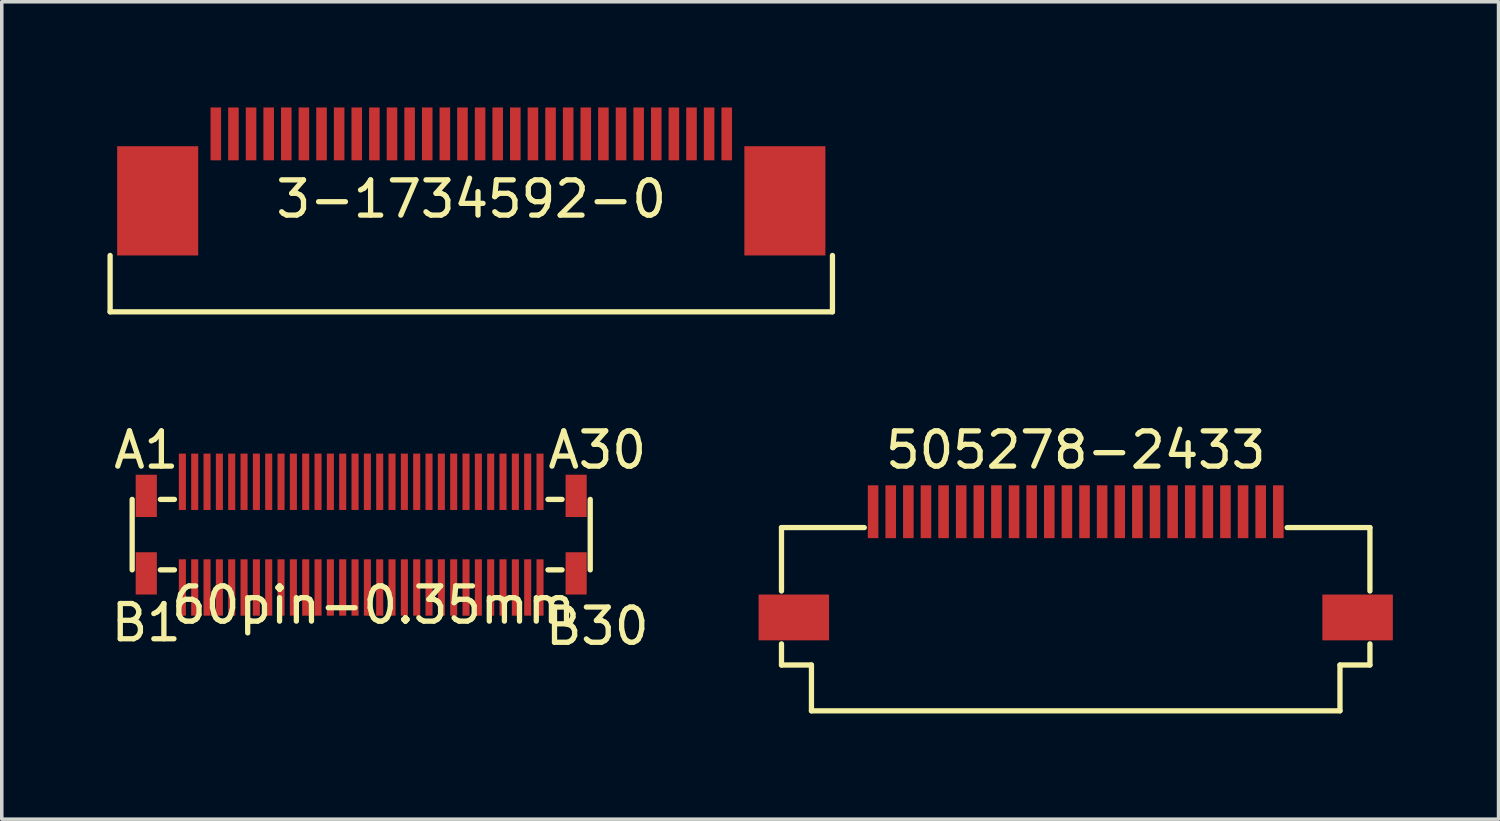
<source format=kicad_pcb>
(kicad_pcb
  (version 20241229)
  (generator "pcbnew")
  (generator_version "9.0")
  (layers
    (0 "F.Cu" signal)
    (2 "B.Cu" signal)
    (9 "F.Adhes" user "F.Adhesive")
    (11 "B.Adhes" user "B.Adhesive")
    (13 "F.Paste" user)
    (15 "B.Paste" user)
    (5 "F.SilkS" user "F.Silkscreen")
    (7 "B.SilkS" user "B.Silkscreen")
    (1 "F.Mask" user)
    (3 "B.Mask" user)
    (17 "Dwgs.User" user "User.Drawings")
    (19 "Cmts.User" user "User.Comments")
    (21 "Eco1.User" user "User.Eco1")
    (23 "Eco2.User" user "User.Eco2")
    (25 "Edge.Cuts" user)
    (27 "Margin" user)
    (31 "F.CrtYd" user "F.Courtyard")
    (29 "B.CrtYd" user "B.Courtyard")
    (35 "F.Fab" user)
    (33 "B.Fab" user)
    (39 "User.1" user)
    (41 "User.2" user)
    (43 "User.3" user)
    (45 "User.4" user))
  (footprint "3-1734592-0"
    (layer "F.Cu")
    (at 10.325 1.1)
    (property "Reference" "3-1734592-0" (at 0 1.5 0) (layer "F.SilkS") (effects (font (size 1 1) (thickness 0.15))))
    (attr through_hole)
    (fp_line (start -10.25 4.7) (end -10.25 3.1) (stroke (width 0.15) (type solid)) (layer "F.SilkS"))
    (fp_line (start -10.25 4.7) (end 10.25 4.7) (stroke (width 0.15) (type solid)) (layer "F.SilkS"))
    (fp_line (start 10.25 4.7) (end 10.25 3.1) (stroke (width 0.15) (type solid)) (layer "F.SilkS"))
    (pad "" smd rect (at -8.9 1.55) (size 2.3 3.1) (layers "F.Cu" "F.Mask" "F.Paste"))
    (pad "" smd rect (at 8.9 1.55) (size 2.3 3.1) (layers "F.Cu" "F.Mask" "F.Paste"))
    (pad "1" smd rect (at 7.25 -0.35 180) (size 0.3 1.5) (layers "F.Cu" "F.Mask" "F.Paste"))
    (pad "2" smd rect (at 6.75 -0.35 180) (size 0.3 1.5) (layers "F.Cu" "F.Mask" "F.Paste"))
    (pad "3" smd rect (at 6.25 -0.35 180) (size 0.3 1.5) (layers "F.Cu" "F.Mask" "F.Paste"))
    (pad "4" smd rect (at 5.75 -0.35 180) (size 0.3 1.5) (layers "F.Cu" "F.Mask" "F.Paste"))
    (pad "5" smd rect (at 5.25 -0.35 180) (size 0.3 1.5) (layers "F.Cu" "F.Mask" "F.Paste"))
    (pad "6" smd rect (at 4.75 -0.35 180) (size 0.3 1.5) (layers "F.Cu" "F.Mask" "F.Paste"))
    (pad "7" smd rect (at 4.25 -0.35 180) (size 0.3 1.5) (layers "F.Cu" "F.Mask" "F.Paste"))
    (pad "8" smd rect (at 3.75 -0.35 180) (size 0.3 1.5) (layers "F.Cu" "F.Mask" "F.Paste"))
    (pad "9" smd rect (at 3.25 -0.35 180) (size 0.3 1.5) (layers "F.Cu" "F.Mask" "F.Paste"))
    (pad "10" smd rect (at 2.75 -0.35 180) (size 0.3 1.5) (layers "F.Cu" "F.Mask" "F.Paste"))
    (pad "11" smd rect (at 2.25 -0.35 180) (size 0.3 1.5) (layers "F.Cu" "F.Mask" "F.Paste"))
    (pad "12" smd rect (at 1.75 -0.35 180) (size 0.3 1.5) (layers "F.Cu" "F.Mask" "F.Paste"))
    (pad "13" smd rect (at 1.25 -0.35 180) (size 0.3 1.5) (layers "F.Cu" "F.Mask" "F.Paste"))
    (pad "14" smd rect (at 0.75 -0.35 180) (size 0.3 1.5) (layers "F.Cu" "F.Mask" "F.Paste"))
    (pad "15" smd rect (at 0.25 -0.35 180) (size 0.3 1.5) (layers "F.Cu" "F.Mask" "F.Paste"))
    (pad "16" smd rect (at -0.25 -0.35 180) (size 0.3 1.5) (layers "F.Cu" "F.Mask" "F.Paste"))
    (pad "17" smd rect (at -0.75 -0.35 180) (size 0.3 1.5) (layers "F.Cu" "F.Mask" "F.Paste"))
    (pad "18" smd rect (at -1.25 -0.35 180) (size 0.3 1.5) (layers "F.Cu" "F.Mask" "F.Paste"))
    (pad "19" smd rect (at -1.75 -0.35 180) (size 0.3 1.5) (layers "F.Cu" "F.Mask" "F.Paste"))
    (pad "20" smd rect (at -2.25 -0.35 180) (size 0.3 1.5) (layers "F.Cu" "F.Mask" "F.Paste"))
    (pad "21" smd rect (at -2.75 -0.35 180) (size 0.3 1.5) (layers "F.Cu" "F.Mask" "F.Paste"))
    (pad "22" smd rect (at -3.25 -0.35 180) (size 0.3 1.5) (layers "F.Cu" "F.Mask" "F.Paste"))
    (pad "23" smd rect (at -3.75 -0.35 180) (size 0.3 1.5) (layers "F.Cu" "F.Mask" "F.Paste"))
    (pad "24" smd rect (at -4.25 -0.35 180) (size 0.3 1.5) (layers "F.Cu" "F.Mask" "F.Paste"))
    (pad "25" smd rect (at -4.75 -0.35 180) (size 0.3 1.5) (layers "F.Cu" "F.Mask" "F.Paste"))
    (pad "26" smd rect (at -5.25 -0.35 180) (size 0.3 1.5) (layers "F.Cu" "F.Mask" "F.Paste"))
    (pad "27" smd rect (at -5.75 -0.35 180) (size 0.3 1.5) (layers "F.Cu" "F.Mask" "F.Paste"))
    (pad "28" smd rect (at -6.25 -0.35 180) (size 0.3 1.5) (layers "F.Cu" "F.Mask" "F.Paste"))
    (pad "29" smd rect (at -6.75 -0.35 180) (size 0.3 1.5) (layers "F.Cu" "F.Mask" "F.Paste"))
    (pad "30" smd rect (at -7.25 -0.35 180) (size 0.3 1.5) (layers "F.Cu" "F.Mask" "F.Paste")))
  (footprint "60pin-0.35mm"
    (layer "F.Cu")
    (at 7.201 12.123)
    (property "Reference" "60pin-0.35mm" (at 0.35 2 0) (layer "F.SilkS") (effects (font (size 1 1) (thickness 0.15))))
    (attr through_hole)
    (fp_line (start -6.5 -1) (end -6.5 1) (stroke (width 0.15) (type solid)) (layer "F.SilkS"))
    (fp_line (start -5.7 1) (end -5.3 1) (stroke (width 0.15) (type solid)) (layer "F.SilkS"))
    (fp_line (start -5.3 -1) (end -5.7 -1) (stroke (width 0.15) (type solid)) (layer "F.SilkS"))
    (fp_line (start 5.3 -1) (end 5.7 -1) (stroke (width 0.15) (type solid)) (layer "F.SilkS"))
    (fp_line (start 5.3 1) (end 5.7 1) (stroke (width 0.15) (type solid)) (layer "F.SilkS"))
    (fp_line (start 6.5 -1) (end 6.5 1) (stroke (width 0.15) (type solid)) (layer "F.SilkS"))
    (fp_text user "B30" (at 6.7 2.6 0) (layer "F.SilkS") (effects (font (size 1 1) (thickness 0.15))))
    (fp_text user "A30" (at 6.7 -2.4 0) (layer "F.SilkS") (effects (font (size 1 1) (thickness 0.15))))
    (fp_text user "A1" (at -6.1 -2.4 0) (layer "F.SilkS") (effects (font (size 1 1) (thickness 0.15))))
    (fp_text user "B1" (at -6.1 2.5 0) (layer "F.SilkS") (effects (font (size 1 1) (thickness 0.15))))
    (pad "A1" smd rect (at -5.075 -1.5) (size 0.2 1.6) (layers "F.Cu" "F.Mask" "F.Paste"))
    (pad "A2" smd rect (at -4.725 -1.5) (size 0.2 1.6) (layers "F.Cu" "F.Mask" "F.Paste"))
    (pad "A3" smd rect (at -4.375 -1.5) (size 0.2 1.6) (layers "F.Cu" "F.Mask" "F.Paste"))
    (pad "A4" smd rect (at -4.025 -1.5) (size 0.2 1.6) (layers "F.Cu" "F.Mask" "F.Paste"))
    (pad "A5" smd rect (at -3.675 -1.5) (size 0.2 1.6) (layers "F.Cu" "F.Mask" "F.Paste"))
    (pad "A6" smd rect (at -3.325 -1.5) (size 0.2 1.6) (layers "F.Cu" "F.Mask" "F.Paste"))
    (pad "A7" smd rect (at -2.975 -1.5) (size 0.2 1.6) (layers "F.Cu" "F.Mask" "F.Paste"))
    (pad "A8" smd rect (at -2.625 -1.5) (size 0.2 1.6) (layers "F.Cu" "F.Mask" "F.Paste"))
    (pad "A9" smd rect (at -2.275 -1.5) (size 0.2 1.6) (layers "F.Cu" "F.Mask" "F.Paste"))
    (pad "A10" smd rect (at -1.925 -1.5) (size 0.2 1.6) (layers "F.Cu" "F.Mask" "F.Paste"))
    (pad "A11" smd rect (at -1.575 -1.5) (size 0.2 1.6) (layers "F.Cu" "F.Mask" "F.Paste"))
    (pad "A12" smd rect (at -1.225 -1.5) (size 0.2 1.6) (layers "F.Cu" "F.Mask" "F.Paste"))
    (pad "A13" smd rect (at -0.875 -1.5) (size 0.2 1.6) (layers "F.Cu" "F.Mask" "F.Paste"))
    (pad "A14" smd rect (at -0.525 -1.5) (size 0.2 1.6) (layers "F.Cu" "F.Mask" "F.Paste"))
    (pad "A15" smd rect (at -0.175 -1.5) (size 0.2 1.6) (layers "F.Cu" "F.Mask" "F.Paste"))
    (pad "A16" smd rect (at 0.175 -1.5) (size 0.2 1.6) (layers "F.Cu" "F.Mask" "F.Paste"))
    (pad "A17" smd rect (at 0.525 -1.5) (size 0.2 1.6) (layers "F.Cu" "F.Mask" "F.Paste"))
    (pad "A18" smd rect (at 0.875 -1.5) (size 0.2 1.6) (layers "F.Cu" "F.Mask" "F.Paste"))
    (pad "A19" smd rect (at 1.225 -1.5) (size 0.2 1.6) (layers "F.Cu" "F.Mask" "F.Paste"))
    (pad "A20" smd rect (at 1.575 -1.5) (size 0.2 1.6) (layers "F.Cu" "F.Mask" "F.Paste"))
    (pad "A21" smd rect (at 1.925 -1.5) (size 0.2 1.6) (layers "F.Cu" "F.Mask" "F.Paste"))
    (pad "A22" smd rect (at 2.275 -1.5) (size 0.2 1.6) (layers "F.Cu" "F.Mask" "F.Paste"))
    (pad "A23" smd rect (at 2.625 -1.5) (size 0.2 1.6) (layers "F.Cu" "F.Mask" "F.Paste"))
    (pad "A24" smd rect (at 2.975 -1.5) (size 0.2 1.6) (layers "F.Cu" "F.Mask" "F.Paste"))
    (pad "A25" smd rect (at 3.325 -1.5) (size 0.2 1.6) (layers "F.Cu" "F.Mask" "F.Paste"))
    (pad "A26" smd rect (at 3.675 -1.5) (size 0.2 1.6) (layers "F.Cu" "F.Mask" "F.Paste"))
    (pad "A27" smd rect (at 4.025 -1.5) (size 0.2 1.6) (layers "F.Cu" "F.Mask" "F.Paste"))
    (pad "A28" smd rect (at 4.375 -1.5) (size 0.2 1.6) (layers "F.Cu" "F.Mask" "F.Paste"))
    (pad "A29" smd rect (at 4.725 -1.5) (size 0.2 1.6) (layers "F.Cu" "F.Mask" "F.Paste"))
    (pad "A30" smd rect (at 5.075 -1.5) (size 0.2 1.6) (layers "F.Cu" "F.Mask" "F.Paste"))
    (pad "B1" smd rect (at -5.075 1.5) (size 0.2 1.6) (layers "F.Cu" "F.Mask" "F.Paste"))
    (pad "B2" smd rect (at -4.725 1.5) (size 0.2 1.6) (layers "F.Cu" "F.Mask" "F.Paste"))
    (pad "B3" smd rect (at -4.375 1.5) (size 0.2 1.6) (layers "F.Cu" "F.Mask" "F.Paste"))
    (pad "B4" smd rect (at -4.025 1.5) (size 0.2 1.6) (layers "F.Cu" "F.Mask" "F.Paste"))
    (pad "B5" smd rect (at -3.675 1.5) (size 0.2 1.6) (layers "F.Cu" "F.Mask" "F.Paste"))
    (pad "B6" smd rect (at -3.325 1.5) (size 0.2 1.6) (layers "F.Cu" "F.Mask" "F.Paste"))
    (pad "B7" smd rect (at -2.975 1.5) (size 0.2 1.6) (layers "F.Cu" "F.Mask" "F.Paste"))
    (pad "B8" smd rect (at -2.625 1.5) (size 0.2 1.6) (layers "F.Cu" "F.Mask" "F.Paste"))
    (pad "B9" smd rect (at -2.275 1.5) (size 0.2 1.6) (layers "F.Cu" "F.Mask" "F.Paste"))
    (pad "B10" smd rect (at -1.925 1.5) (size 0.2 1.6) (layers "F.Cu" "F.Mask" "F.Paste"))
    (pad "B11" smd rect (at -1.575 1.5) (size 0.2 1.6) (layers "F.Cu" "F.Mask" "F.Paste"))
    (pad "B12" smd rect (at -1.225 1.5) (size 0.2 1.6) (layers "F.Cu" "F.Mask" "F.Paste"))
    (pad "B13" smd rect (at -0.875 1.5) (size 0.2 1.6) (layers "F.Cu" "F.Mask" "F.Paste"))
    (pad "B14" smd rect (at -0.525 1.5) (size 0.2 1.6) (layers "F.Cu" "F.Mask" "F.Paste"))
    (pad "B15" smd rect (at -0.175 1.5) (size 0.2 1.6) (layers "F.Cu" "F.Mask" "F.Paste"))
    (pad "B16" smd rect (at 0.175 1.5) (size 0.2 1.6) (layers "F.Cu" "F.Mask" "F.Paste"))
    (pad "B17" smd rect (at 0.525 1.5) (size 0.2 1.6) (layers "F.Cu" "F.Mask" "F.Paste"))
    (pad "B18" smd rect (at 0.875 1.5) (size 0.2 1.6) (layers "F.Cu" "F.Mask" "F.Paste"))
    (pad "B19" smd rect (at 1.225 1.5) (size 0.2 1.6) (layers "F.Cu" "F.Mask" "F.Paste"))
    (pad "B20" smd rect (at 1.575 1.5) (size 0.2 1.6) (layers "F.Cu" "F.Mask" "F.Paste"))
    (pad "B21" smd rect (at 1.925 1.5) (size 0.2 1.6) (layers "F.Cu" "F.Mask" "F.Paste"))
    (pad "B22" smd rect (at 2.275 1.5) (size 0.2 1.6) (layers "F.Cu" "F.Mask" "F.Paste"))
    (pad "B23" smd rect (at 2.625 1.5) (size 0.2 1.6) (layers "F.Cu" "F.Mask" "F.Paste"))
    (pad "B24" smd rect (at 2.975 1.5) (size 0.2 1.6) (layers "F.Cu" "F.Mask" "F.Paste"))
    (pad "B25" smd rect (at 3.325 1.5) (size 0.2 1.6) (layers "F.Cu" "F.Mask" "F.Paste"))
    (pad "B26" smd rect (at 3.675 1.5) (size 0.2 1.6) (layers "F.Cu" "F.Mask" "F.Paste"))
    (pad "B27" smd rect (at 4.025 1.5) (size 0.2 1.6) (layers "F.Cu" "F.Mask" "F.Paste"))
    (pad "B28" smd rect (at 4.375 1.5) (size 0.2 1.6) (layers "F.Cu" "F.Mask" "F.Paste"))
    (pad "B29" smd rect (at 4.725 1.5) (size 0.2 1.6) (layers "F.Cu" "F.Mask" "F.Paste"))
    (pad "B30" smd rect (at 5.075 1.5) (size 0.2 1.6) (layers "F.Cu" "F.Mask" "F.Paste"))
    (pad "G1" smd rect (at -6.1 -1.1) (size 0.6 1.2) (layers "F.Cu" "F.Mask" "F.Paste"))
    (pad "G2" smd rect (at -6.1 1.1) (size 0.6 1.2) (layers "F.Cu" "F.Mask" "F.Paste"))
    (pad "G3" smd rect (at 6.1 -1.1) (size 0.6 1.2) (layers "F.Cu" "F.Mask" "F.Paste"))
    (pad "G4" smd rect (at 6.1 1.1) (size 0.6 1.2) (layers "F.Cu" "F.Mask" "F.Paste")))
  (footprint "505278-2433"
    (layer "F.Cu")
    (at 27.479 13.723)
    (property "Reference" "505278-2433" (at 0 -4 0) (layer "F.SilkS") (effects (font (size 1 1) (thickness 0.15))))
    (attr through_hole)
    (fp_line (start -8.35 -1.8) (end -8.35 0) (stroke (width 0.15) (type solid)) (layer "F.SilkS"))
    (fp_line (start -8.35 1.5) (end -8.35 2.1) (stroke (width 0.15) (type solid)) (layer "F.SilkS"))
    (fp_line (start -8.35 2.1) (end -7.5 2.1) (stroke (width 0.15) (type solid)) (layer "F.SilkS"))
    (fp_line (start -7.5 2.1) (end -7.5 3.4) (stroke (width 0.15) (type solid)) (layer "F.SilkS"))
    (fp_line (start -7.5 3.4) (end 7.5 3.4) (stroke (width 0.15) (type solid)) (layer "F.SilkS"))
    (fp_line (start -6 -1.8) (end -8.35 -1.8) (stroke (width 0.15) (type solid)) (layer "F.SilkS"))
    (fp_line (start 7.5 2.1) (end 8.35 2.1) (stroke (width 0.15) (type solid)) (layer "F.SilkS"))
    (fp_line (start 7.5 3.4) (end 7.5 2.1) (stroke (width 0.15) (type solid)) (layer "F.SilkS"))
    (fp_line (start 8.35 -1.8) (end 6 -1.8) (stroke (width 0.15) (type solid)) (layer "F.SilkS"))
    (fp_line (start 8.35 0) (end 8.35 -1.8) (stroke (width 0.15) (type solid)) (layer "F.SilkS"))
    (fp_line (start 8.35 2.1) (end 8.35 1.5) (stroke (width 0.15) (type solid)) (layer "F.SilkS"))
    (pad "" smd rect (at -8 0.75) (size 2 1.3) (layers "F.Cu" "F.Mask" "F.Paste"))
    (pad "" smd rect (at 8 0.75) (size 2 1.3) (layers "F.Cu" "F.Mask" "F.Paste"))
    (pad "1" smd rect (at -5.75 -2.25) (size 0.3 1.5) (layers "F.Cu" "F.Mask" "F.Paste"))
    (pad "2" smd rect (at -5.25 -2.25) (size 0.3 1.5) (layers "F.Cu" "F.Mask" "F.Paste"))
    (pad "3" smd rect (at -4.75 -2.25) (size 0.3 1.5) (layers "F.Cu" "F.Mask" "F.Paste"))
    (pad "4" smd rect (at -4.25 -2.25) (size 0.3 1.5) (layers "F.Cu" "F.Mask" "F.Paste"))
    (pad "5" smd rect (at -3.75 -2.25) (size 0.3 1.5) (layers "F.Cu" "F.Mask" "F.Paste"))
    (pad "6" smd rect (at -3.25 -2.25) (size 0.3 1.5) (layers "F.Cu" "F.Mask" "F.Paste"))
    (pad "7" smd rect (at -2.75 -2.25) (size 0.3 1.5) (layers "F.Cu" "F.Mask" "F.Paste"))
    (pad "8" smd rect (at -2.25 -2.25) (size 0.3 1.5) (layers "F.Cu" "F.Mask" "F.Paste"))
    (pad "9" smd rect (at -1.75 -2.25) (size 0.3 1.5) (layers "F.Cu" "F.Mask" "F.Paste"))
    (pad "10" smd rect (at -1.25 -2.25) (size 0.3 1.5) (layers "F.Cu" "F.Mask" "F.Paste"))
    (pad "11" smd rect (at -0.75 -2.25) (size 0.3 1.5) (layers "F.Cu" "F.Mask" "F.Paste"))
    (pad "12" smd rect (at -0.25 -2.25) (size 0.3 1.5) (layers "F.Cu" "F.Mask" "F.Paste"))
    (pad "13" smd rect (at 0.25 -2.25) (size 0.3 1.5) (layers "F.Cu" "F.Mask" "F.Paste"))
    (pad "14" smd rect (at 0.75 -2.25) (size 0.3 1.5) (layers "F.Cu" "F.Mask" "F.Paste"))
    (pad "15" smd rect (at 1.25 -2.25) (size 0.3 1.5) (layers "F.Cu" "F.Mask" "F.Paste"))
    (pad "16" smd rect (at 1.75 -2.25) (size 0.3 1.5) (layers "F.Cu" "F.Mask" "F.Paste"))
    (pad "17" smd rect (at 2.25 -2.25) (size 0.3 1.5) (layers "F.Cu" "F.Mask" "F.Paste"))
    (pad "18" smd rect (at 2.75 -2.25) (size 0.3 1.5) (layers "F.Cu" "F.Mask" "F.Paste"))
    (pad "19" smd rect (at 3.25 -2.25) (size 0.3 1.5) (layers "F.Cu" "F.Mask" "F.Paste"))
    (pad "20" smd rect (at 3.75 -2.25) (size 0.3 1.5) (layers "F.Cu" "F.Mask" "F.Paste"))
    (pad "21" smd rect (at 4.25 -2.25) (size 0.3 1.5) (layers "F.Cu" "F.Mask" "F.Paste"))
    (pad "22" smd rect (at 4.75 -2.25) (size 0.3 1.5) (layers "F.Cu" "F.Mask" "F.Paste"))
    (pad "23" smd rect (at 5.25 -2.25) (size 0.3 1.5) (layers "F.Cu" "F.Mask" "F.Paste"))
    (pad "24" smd rect (at 5.75 -2.25) (size 0.3 1.5) (layers "F.Cu" "F.Mask" "F.Paste")))
  (gr_rect
    (start -3 -3)
    (end 39.479 20.198)
    (stroke (width 0.1) (type default))
    (fill no)
    (layer "Edge.Cuts")))
</source>
